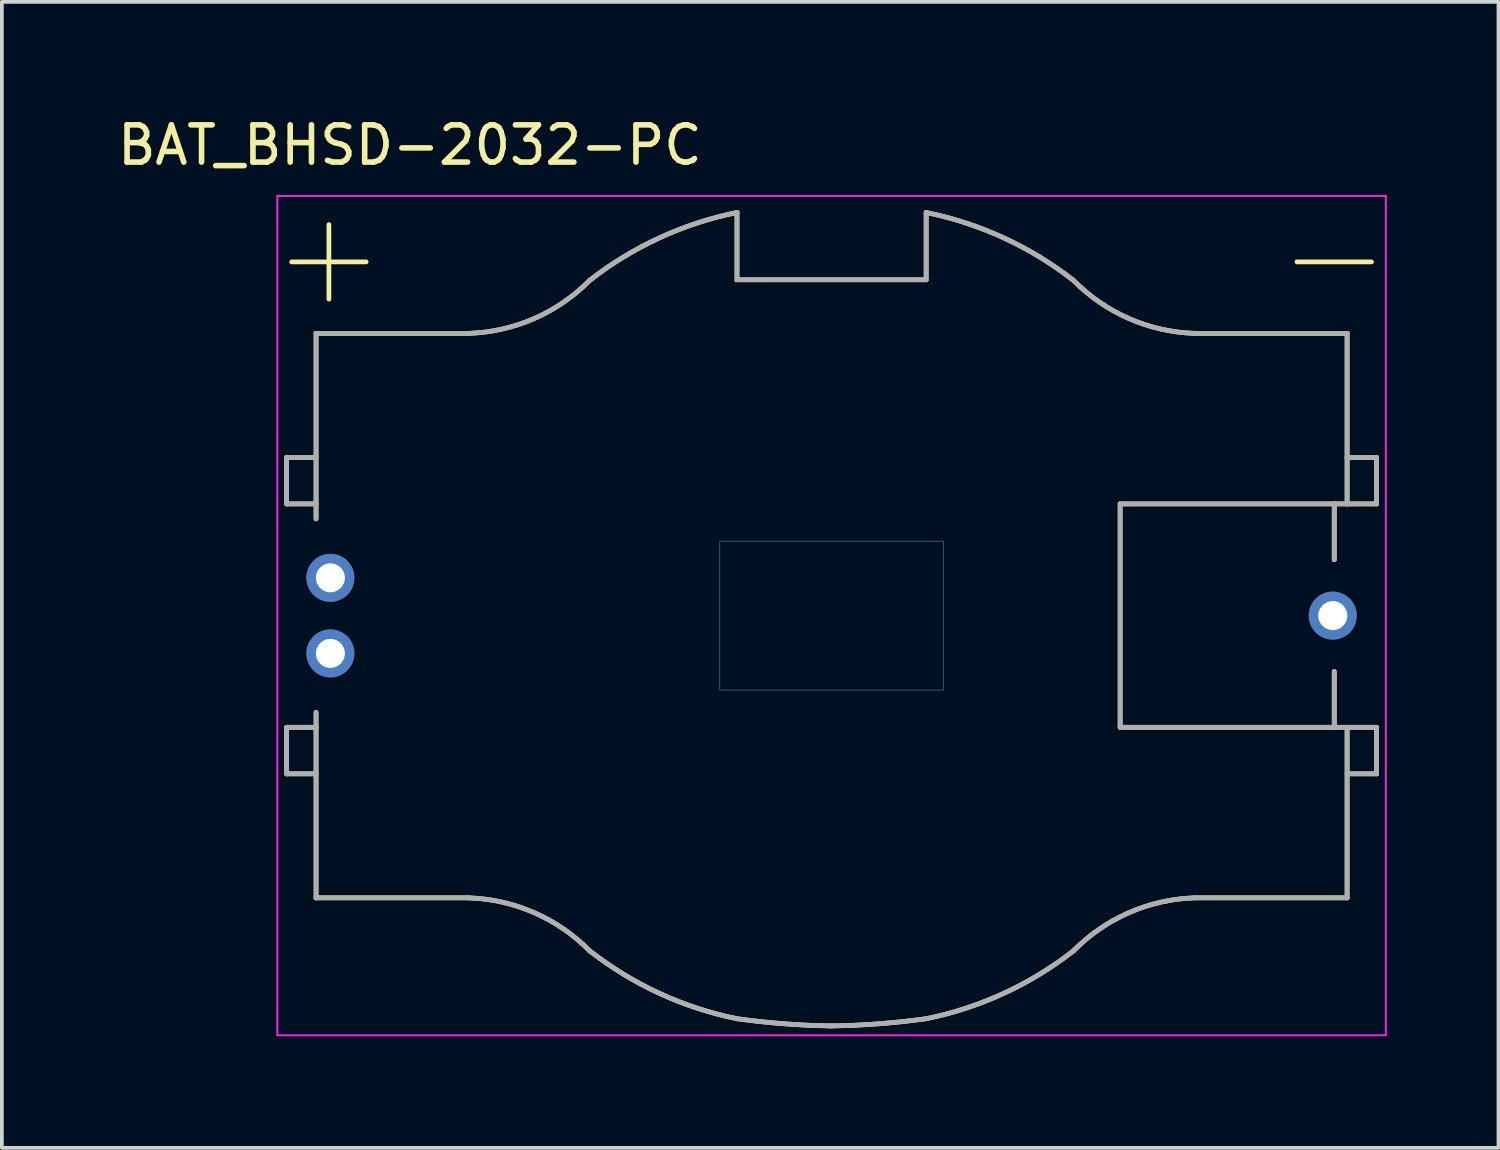
<source format=kicad_pcb>
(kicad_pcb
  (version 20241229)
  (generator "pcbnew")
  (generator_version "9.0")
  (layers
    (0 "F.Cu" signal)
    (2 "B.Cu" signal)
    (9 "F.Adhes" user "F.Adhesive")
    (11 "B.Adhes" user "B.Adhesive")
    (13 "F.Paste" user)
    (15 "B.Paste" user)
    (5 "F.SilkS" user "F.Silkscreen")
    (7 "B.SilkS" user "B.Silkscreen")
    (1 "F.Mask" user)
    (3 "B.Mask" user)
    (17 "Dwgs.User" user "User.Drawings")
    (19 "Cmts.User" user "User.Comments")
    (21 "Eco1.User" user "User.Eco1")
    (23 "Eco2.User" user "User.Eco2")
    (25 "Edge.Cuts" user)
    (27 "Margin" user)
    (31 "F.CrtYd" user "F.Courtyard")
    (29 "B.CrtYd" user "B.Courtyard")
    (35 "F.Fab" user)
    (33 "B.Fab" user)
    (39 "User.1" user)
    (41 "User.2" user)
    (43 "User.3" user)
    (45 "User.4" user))
  (footprint "BAT_BHSD-2032-PC"
    (layer "F.Cu")
    (at 19.283 13.483)
    (property "Reference" "BAT_BHSD-2032-PC" (at -11.325 -12.635 0) (layer "F.SilkS") (effects (font (size 1 1) (thickness 0.15))))
    (attr through_hole)
    (fp_line (start -14.635 -4.25) (end -13.845 -4.25) (stroke (width 0.127) (type solid)) (layer "F.SilkS"))
    (fp_line (start -14.635 -3) (end -14.635 -4.25) (stroke (width 0.127) (type solid)) (layer "F.SilkS"))
    (fp_line (start -14.635 3) (end -14.635 4.25) (stroke (width 0.127) (type solid)) (layer "F.SilkS"))
    (fp_line (start -14.635 4.25) (end -13.845 4.25) (stroke (width 0.127) (type solid)) (layer "F.SilkS"))
    (fp_line (start -13.845 -7.58) (end -13.845 -2.599) (stroke (width 0.127) (type solid)) (layer "F.SilkS"))
    (fp_line (start -13.845 -3) (end -14.635 -3) (stroke (width 0.127) (type solid)) (layer "F.SilkS"))
    (fp_line (start -13.845 3) (end -14.635 3) (stroke (width 0.127) (type solid)) (layer "F.SilkS"))
    (fp_line (start -13.845 7.58) (end -13.845 2.599) (stroke (width 0.127) (type solid)) (layer "F.SilkS"))
    (fp_line (start -13.5 -9.5) (end -14.5 -9.5) (stroke (width 0.127) (type solid)) (layer "F.SilkS"))
    (fp_line (start -13.5 -9.5) (end -13.5 -10.5) (stroke (width 0.127) (type solid)) (layer "F.SilkS"))
    (fp_line (start -13.5 -9.5) (end -13.5 -8.5) (stroke (width 0.127) (type solid)) (layer "F.SilkS"))
    (fp_line (start -12.5 -9.5) (end -13.5 -9.5) (stroke (width 0.127) (type solid)) (layer "F.SilkS"))
    (fp_line (start -9.75 -7.58) (end -13.845 -7.58) (stroke (width 0.127) (type solid)) (layer "F.SilkS"))
    (fp_line (start -9.75 7.58) (end -13.845 7.58) (stroke (width 0.127) (type solid)) (layer "F.SilkS"))
    (fp_line (start -2.54 -9.02) (end -2.54 -10.826) (stroke (width 0.127) (type solid)) (layer "F.SilkS"))
    (fp_line (start -2.54 -9.02) (end 2.54 -9.02) (stroke (width 0.127) (type solid)) (layer "F.SilkS"))
    (fp_line (start 2.54 -9.02) (end 2.54 -10.826) (stroke (width 0.127) (type solid)) (layer "F.SilkS"))
    (fp_line (start 7.75 -3) (end 7.75 3) (stroke (width 0.127) (type solid)) (layer "F.SilkS"))
    (fp_line (start 7.75 3) (end 13.5 3) (stroke (width 0.127) (type solid)) (layer "F.SilkS"))
    (fp_line (start 9.75 -7.58) (end 13.845 -7.58) (stroke (width 0.127) (type solid)) (layer "F.SilkS"))
    (fp_line (start 9.75 7.58) (end 13.845 7.58) (stroke (width 0.127) (type solid)) (layer "F.SilkS"))
    (fp_line (start 13.5 -3) (end 7.75 -3) (stroke (width 0.127) (type solid)) (layer "F.SilkS"))
    (fp_line (start 13.5 -3) (end 13.5 -1.5) (stroke (width 0.127) (type solid)) (layer "F.SilkS"))
    (fp_line (start 13.5 3) (end 13.5 1.5) (stroke (width 0.127) (type solid)) (layer "F.SilkS"))
    (fp_line (start 13.5 3) (end 13.845 3) (stroke (width 0.127) (type solid)) (layer "F.SilkS"))
    (fp_line (start 13.845 -7.58) (end 13.845 -4.25) (stroke (width 0.127) (type solid)) (layer "F.SilkS"))
    (fp_line (start 13.845 -4.25) (end 13.845 -3) (stroke (width 0.127) (type solid)) (layer "F.SilkS"))
    (fp_line (start 13.845 -3) (end 13.5 -3) (stroke (width 0.127) (type solid)) (layer "F.SilkS"))
    (fp_line (start 13.845 -3) (end 14.635 -3) (stroke (width 0.127) (type solid)) (layer "F.SilkS"))
    (fp_line (start 13.845 3) (end 14.635 3) (stroke (width 0.127) (type solid)) (layer "F.SilkS"))
    (fp_line (start 13.845 7.58) (end 13.845 3) (stroke (width 0.127) (type solid)) (layer "F.SilkS"))
    (fp_line (start 14.5 -9.5) (end 12.5 -9.5) (stroke (width 0.127) (type solid)) (layer "F.SilkS"))
    (fp_line (start 14.635 -4.25) (end 13.845 -4.25) (stroke (width 0.127) (type solid)) (layer "F.SilkS"))
    (fp_line (start 14.635 -3) (end 14.635 -4.25) (stroke (width 0.127) (type solid)) (layer "F.SilkS"))
    (fp_line (start 14.635 3) (end 14.635 4.25) (stroke (width 0.127) (type solid)) (layer "F.SilkS"))
    (fp_line (start 14.635 4.25) (end 13.845 4.25) (stroke (width 0.127) (type solid)) (layer "F.SilkS"))
    (fp_arc (start -9.75 7.58) (mid -7.988267 7.977054) (end -6.5 9) (stroke (width 0.127) (type solid)) (layer "F.SilkS"))
    (fp_arc (start -6.5 -9) (mid -7.988267 -7.977054) (end -9.75 -7.58) (stroke (width 0.127) (type solid)) (layer "F.SilkS"))
    (fp_arc (start -6.5 -9) (mid -4.626324 -10.143582) (end -2.54 -10.826) (stroke (width 0.127) (type solid)) (layer "F.SilkS"))
    (fp_arc (start -2.54 10.826) (mid -4.626324 10.143582) (end -6.5 9) (stroke (width 0.127) (type solid)) (layer "F.SilkS"))
    (fp_arc (start 0 11.02) (mid -1.27297 10.961886) (end -2.54 10.826) (stroke (width 0.127) (type solid)) (layer "F.SilkS"))
    (fp_arc (start 2.54 -10.826) (mid 4.626324 -10.143582) (end 6.5 -9) (stroke (width 0.127) (type solid)) (layer "F.SilkS"))
    (fp_arc (start 2.54 10.826) (mid 1.27297 10.961886) (end 0 11.02) (stroke (width 0.127) (type solid)) (layer "F.SilkS"))
    (fp_arc (start 6.5 9) (mid 4.626324 10.143582) (end 2.54 10.826) (stroke (width 0.127) (type solid)) (layer "F.SilkS"))
    (fp_arc (start 6.5 9) (mid 7.988267 7.977054) (end 9.75 7.58) (stroke (width 0.127) (type solid)) (layer "F.SilkS"))
    (fp_arc (start 9.75 -7.58) (mid 7.988267 -7.977054) (end 6.5 -9) (stroke (width 0.127) (type solid)) (layer "F.SilkS"))
    (fp_line (start -14.885 -11.27) (end 14.885 -11.27) (stroke (width 0.05) (type solid)) (layer "F.CrtYd"))
    (fp_line (start -14.885 11.27) (end -14.885 -11.27) (stroke (width 0.05) (type solid)) (layer "F.CrtYd"))
    (fp_line (start 14.885 -11.27) (end 14.885 11.27) (stroke (width 0.05) (type solid)) (layer "F.CrtYd"))
    (fp_line (start 14.885 11.27) (end -14.885 11.27) (stroke (width 0.05) (type solid)) (layer "F.CrtYd"))
    (fp_line (start -14.635 -4.25) (end -13.845 -4.25) (stroke (width 0.127) (type solid)) (layer "F.Fab"))
    (fp_line (start -14.635 -3) (end -14.635 -4.25) (stroke (width 0.127) (type solid)) (layer "F.Fab"))
    (fp_line (start -14.635 3) (end -14.635 4.25) (stroke (width 0.127) (type solid)) (layer "F.Fab"))
    (fp_line (start -14.635 4.25) (end -13.845 4.25) (stroke (width 0.127) (type solid)) (layer "F.Fab"))
    (fp_line (start -13.845 -7.58) (end -13.845 -2.599) (stroke (width 0.127) (type solid)) (layer "F.Fab"))
    (fp_line (start -13.845 -3) (end -14.635 -3) (stroke (width 0.127) (type solid)) (layer "F.Fab"))
    (fp_line (start -13.845 3) (end -14.635 3) (stroke (width 0.127) (type solid)) (layer "F.Fab"))
    (fp_line (start -13.845 7.58) (end -13.845 2.599) (stroke (width 0.127) (type solid)) (layer "F.Fab"))
    (fp_line (start -9.75 -7.58) (end -13.845 -7.58) (stroke (width 0.127) (type solid)) (layer "F.Fab"))
    (fp_line (start -9.75 7.58) (end -13.845 7.58) (stroke (width 0.127) (type solid)) (layer "F.Fab"))
    (fp_line (start -2.54 -9.02) (end -2.54 -10.826) (stroke (width 0.127) (type solid)) (layer "F.Fab"))
    (fp_line (start -2.54 -9.02) (end 2.54 -9.02) (stroke (width 0.127) (type solid)) (layer "F.Fab"))
    (fp_line (start 2.54 -9.02) (end 2.54 -10.826) (stroke (width 0.127) (type solid)) (layer "F.Fab"))
    (fp_line (start 7.75 -3) (end 7.75 3) (stroke (width 0.127) (type solid)) (layer "F.Fab"))
    (fp_line (start 7.75 3) (end 13.5 3) (stroke (width 0.127) (type solid)) (layer "F.Fab"))
    (fp_line (start 9.75 -7.58) (end 13.845 -7.58) (stroke (width 0.127) (type solid)) (layer "F.Fab"))
    (fp_line (start 9.75 7.58) (end 13.845 7.58) (stroke (width 0.127) (type solid)) (layer "F.Fab"))
    (fp_line (start 13.5 -3) (end 7.75 -3) (stroke (width 0.127) (type solid)) (layer "F.Fab"))
    (fp_line (start 13.5 -3) (end 13.5 -1.5) (stroke (width 0.127) (type solid)) (layer "F.Fab"))
    (fp_line (start 13.5 3) (end 13.5 1.5) (stroke (width 0.127) (type solid)) (layer "F.Fab"))
    (fp_line (start 13.5 3) (end 13.845 3) (stroke (width 0.127) (type solid)) (layer "F.Fab"))
    (fp_line (start 13.845 -7.58) (end 13.845 -4.25) (stroke (width 0.127) (type solid)) (layer "F.Fab"))
    (fp_line (start 13.845 -4.25) (end 13.845 -3) (stroke (width 0.127) (type solid)) (layer "F.Fab"))
    (fp_line (start 13.845 -3) (end 13.5 -3) (stroke (width 0.127) (type solid)) (layer "F.Fab"))
    (fp_line (start 13.845 -3) (end 14.635 -3) (stroke (width 0.127) (type solid)) (layer "F.Fab"))
    (fp_line (start 13.845 3) (end 14.635 3) (stroke (width 0.127) (type solid)) (layer "F.Fab"))
    (fp_line (start 13.845 7.58) (end 13.845 3) (stroke (width 0.127) (type solid)) (layer "F.Fab"))
    (fp_line (start 14.635 -4.25) (end 13.845 -4.25) (stroke (width 0.127) (type solid)) (layer "F.Fab"))
    (fp_line (start 14.635 -3) (end 14.635 -4.25) (stroke (width 0.127) (type solid)) (layer "F.Fab"))
    (fp_line (start 14.635 3) (end 14.635 4.25) (stroke (width 0.127) (type solid)) (layer "F.Fab"))
    (fp_line (start 14.635 4.25) (end 13.845 4.25) (stroke (width 0.127) (type solid)) (layer "F.Fab"))
    (fp_arc (start -9.75 7.58) (mid -7.988267 7.977054) (end -6.5 9) (stroke (width 0.127) (type solid)) (layer "F.Fab"))
    (fp_arc (start -6.5 -9) (mid -7.988267 -7.977054) (end -9.75 -7.58) (stroke (width 0.127) (type solid)) (layer "F.Fab"))
    (fp_arc (start -6.5 -9) (mid -4.626324 -10.143582) (end -2.54 -10.826) (stroke (width 0.127) (type solid)) (layer "F.Fab"))
    (fp_arc (start -2.54 10.826) (mid -4.626324 10.143582) (end -6.5 9) (stroke (width 0.127) (type solid)) (layer "F.Fab"))
    (fp_arc (start 0 11.02) (mid -1.27297 10.961886) (end -2.54 10.826) (stroke (width 0.127) (type solid)) (layer "F.Fab"))
    (fp_arc (start 2.54 -10.826) (mid 4.626324 -10.143582) (end 6.5 -9) (stroke (width 0.127) (type solid)) (layer "F.Fab"))
    (fp_arc (start 2.54 10.826) (mid 1.27297 10.961886) (end 0 11.02) (stroke (width 0.127) (type solid)) (layer "F.Fab"))
    (fp_arc (start 6.5 9) (mid 4.626324 10.143582) (end 2.54 10.826) (stroke (width 0.127) (type solid)) (layer "F.Fab"))
    (fp_arc (start 6.5 9) (mid 7.988267 7.977054) (end 9.75 7.58) (stroke (width 0.127) (type solid)) (layer "F.Fab"))
    (fp_arc (start 9.75 -7.58) (mid 7.988267 -7.977054) (end 6.5 -9) (stroke (width 0.127) (type solid)) (layer "F.Fab"))
    (fp_poly (pts (xy -3 -2) (xy 3 -2) (xy 3 2) (xy -3 2)) (stroke (width 0.01) (type solid)) (fill no) (layer "F.Fab"))
    (pad "-" thru_hole circle (at 13.46 0) (size 1.288 1.288) (drill 0.78) (layers "*.Cu" "*.Mask"))
    (pad "S+1" thru_hole circle (at -13.46 -1.015) (size 1.288 1.288) (drill 0.78) (layers "*.Cu" "*.Mask"))
    (pad "S+2" thru_hole circle (at -13.46 1.015) (size 1.288 1.288) (drill 0.78) (layers "*.Cu" "*.Mask")))
  (gr_rect
    (start -3 -3)
    (end 37.193 27.778)
    (stroke (width 0.1) (type default))
    (fill no)
    (layer "Edge.Cuts")))
</source>
